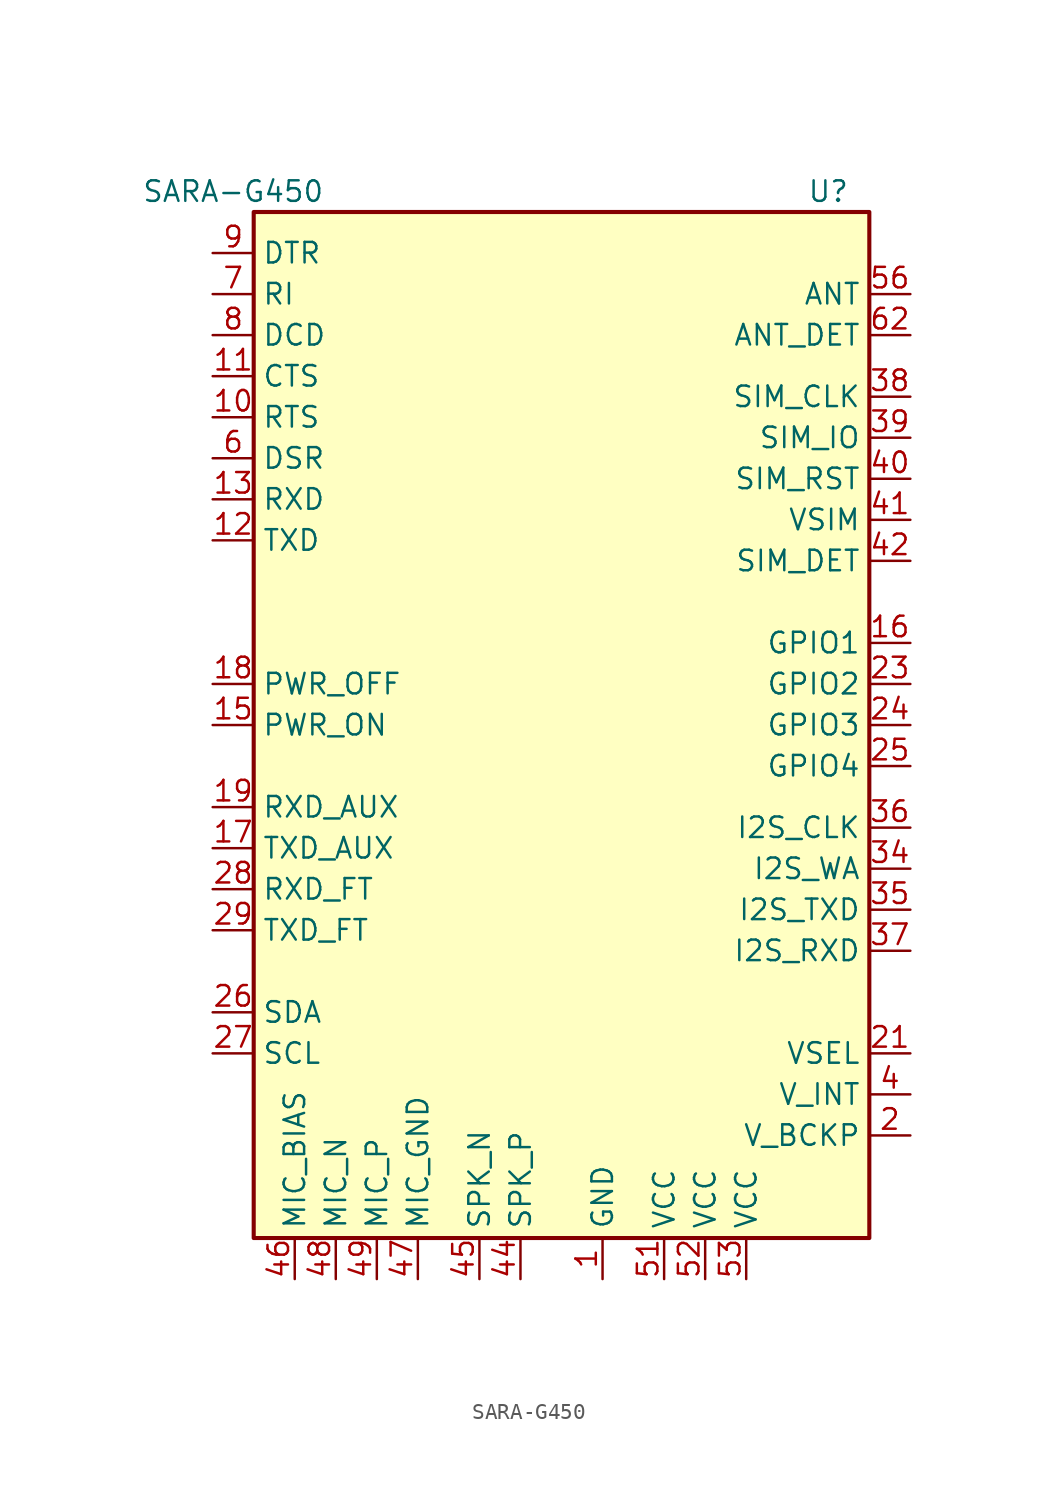
<source format=kicad_sym>
(kicad_symbol_lib
  (version 20201005)
  (generator kicad_symbol_editor)
  (symbol "muonpi-kicad-library:SARA-G450"
    (property "Reference" "U"
      (at 17.78 30.48 0)
      (effects (font (size 1.27 1.27))))
    (property "Value" "SARA-G450"
      (at -19.05 30.48 0)
      (effects (font (size 1.27 1.27))))
    (symbol "SARA-G450_0_1"
      (rectangle (start -17.78 29.21) (end 20.32 -34.29) (stroke (width 0.254)) (fill (type background))))
    (symbol "SARA-G450_1_1"
      (pin passive line (at 3.81 -36.83 90) (length 2.54) (name "GND" (effects (font (size 1.27 1.27)))) (number "1" (effects (font (size 1.27 1.27)))))
      (pin input line (at -20.32 16.51 0) (length 2.54) (name "RTS" (effects (font (size 1.27 1.27)))) (number "10" (effects (font (size 1.27 1.27)))))
      (pin output line (at -20.32 19.05 0) (length 2.54) (name "CTS" (effects (font (size 1.27 1.27)))) (number "11" (effects (font (size 1.27 1.27)))))
      (pin input line (at -20.32 8.89 0) (length 2.54) (name "TXD" (effects (font (size 1.27 1.27)))) (number "12" (effects (font (size 1.27 1.27)))))
      (pin output line (at -20.32 11.43 0) (length 2.54) (name "RXD" (effects (font (size 1.27 1.27)))) (number "13" (effects (font (size 1.27 1.27)))))
      (pin passive line (at 3.81 -36.83 90) (length 2.54) hide (name "GND" (effects (font (size 1.27 1.27)))) (number "14" (effects (font (size 1.27 1.27)))))
      (pin input line (at -20.32 -2.54 0) (length 2.54) (name "PWR_ON" (effects (font (size 1.27 1.27)))) (number "15" (effects (font (size 1.27 1.27)))))
      (pin bidirectional line (at 22.86 2.54 180) (length 2.54) (name "GPIO1" (effects (font (size 1.27 1.27)))) (number "16" (effects (font (size 1.27 1.27)))))
      (pin input line (at -20.32 -10.16 0) (length 2.54) (name "TXD_AUX" (effects (font (size 1.27 1.27)))) (number "17" (effects (font (size 1.27 1.27)))))
      (pin input line (at -20.32 0 0) (length 2.54) (name "PWR_OFF" (effects (font (size 1.27 1.27)))) (number "18" (effects (font (size 1.27 1.27)))))
      (pin output line (at -20.32 -7.62 0) (length 2.54) (name "RXD_AUX" (effects (font (size 1.27 1.27)))) (number "19" (effects (font (size 1.27 1.27)))))
      (pin power_out line (at 22.86 -27.94 180) (length 2.54) (name "V_BCKP" (effects (font (size 1.27 1.27)))) (number "2" (effects (font (size 1.27 1.27)))))
      (pin passive line (at 3.81 -36.83 90) (length 2.54) hide (name "GND" (effects (font (size 1.27 1.27)))) (number "20" (effects (font (size 1.27 1.27)))))
      (pin input line (at 22.86 -22.86 180) (length 2.54) (name "VSEL" (effects (font (size 1.27 1.27)))) (number "21" (effects (font (size 1.27 1.27)))))
      (pin passive line (at 3.81 -36.83 90) (length 2.54) hide (name "GND" (effects (font (size 1.27 1.27)))) (number "22" (effects (font (size 1.27 1.27)))))
      (pin bidirectional line (at 22.86 0 180) (length 2.54) (name "GPIO2" (effects (font (size 1.27 1.27)))) (number "23" (effects (font (size 1.27 1.27)))))
      (pin bidirectional line (at 22.86 -2.54 180) (length 2.54) (name "GPIO3" (effects (font (size 1.27 1.27)))) (number "24" (effects (font (size 1.27 1.27)))))
      (pin bidirectional line (at 22.86 -5.08 180) (length 2.54) (name "GPIO4" (effects (font (size 1.27 1.27)))) (number "25" (effects (font (size 1.27 1.27)))))
      (pin bidirectional line (at -20.32 -20.32 0) (length 2.54) (name "SDA" (effects (font (size 1.27 1.27)))) (number "26" (effects (font (size 1.27 1.27)))))
      (pin output line (at -20.32 -22.86 0) (length 2.54) (name "SCL" (effects (font (size 1.27 1.27)))) (number "27" (effects (font (size 1.27 1.27)))))
      (pin output line (at -20.32 -12.7 0) (length 2.54) (name "RXD_FT" (effects (font (size 1.27 1.27)))) (number "28" (effects (font (size 1.27 1.27)))))
      (pin input line (at -20.32 -15.24 0) (length 2.54) (name "TXD_FT" (effects (font (size 1.27 1.27)))) (number "29" (effects (font (size 1.27 1.27)))))
      (pin passive line (at 3.81 -36.83 90) (length 2.54) hide (name "GND" (effects (font (size 1.27 1.27)))) (number "3" (effects (font (size 1.27 1.27)))))
      (pin passive line (at 3.81 -36.83 90) (length 2.54) hide (name "GND" (effects (font (size 1.27 1.27)))) (number "30" (effects (font (size 1.27 1.27)))))
      (pin no_connect line (at -17.78 5.08 0) (length 2.54) hide (name "RSVD" (effects (font (size 1.27 1.27)))) (number "31" (effects (font (size 1.27 1.27)))))
      (pin passive line (at 3.81 -36.83 90) (length 2.54) hide (name "GND" (effects (font (size 1.27 1.27)))) (number "32" (effects (font (size 1.27 1.27)))))
      (pin no_connect line (at -17.78 2.54 0) (length 2.54) hide (name "RSVD" (effects (font (size 1.27 1.27)))) (number "33" (effects (font (size 1.27 1.27)))))
      (pin output line (at 22.86 -11.43 180) (length 2.54) (name "I2S_WA" (effects (font (size 1.27 1.27)))) (number "34" (effects (font (size 1.27 1.27)))))
      (pin output line (at 22.86 -13.97 180) (length 2.54) (name "I2S_TXD" (effects (font (size 1.27 1.27)))) (number "35" (effects (font (size 1.27 1.27)))))
      (pin output line (at 22.86 -8.89 180) (length 2.54) (name "I2S_CLK" (effects (font (size 1.27 1.27)))) (number "36" (effects (font (size 1.27 1.27)))))
      (pin input line (at 22.86 -16.51 180) (length 2.54) (name "I2S_RXD" (effects (font (size 1.27 1.27)))) (number "37" (effects (font (size 1.27 1.27)))))
      (pin output line (at 22.86 17.78 180) (length 2.54) (name "SIM_CLK" (effects (font (size 1.27 1.27)))) (number "38" (effects (font (size 1.27 1.27)))))
      (pin bidirectional line (at 22.86 15.24 180) (length 2.54) (name "SIM_IO" (effects (font (size 1.27 1.27)))) (number "39" (effects (font (size 1.27 1.27)))))
      (pin power_out line (at 22.86 -25.4 180) (length 2.54) (name "V_INT" (effects (font (size 1.27 1.27)))) (number "4" (effects (font (size 1.27 1.27)))))
      (pin output line (at 22.86 12.7 180) (length 2.54) (name "SIM_RST" (effects (font (size 1.27 1.27)))) (number "40" (effects (font (size 1.27 1.27)))))
      (pin power_out line (at 22.86 10.16 180) (length 2.54) (name "VSIM" (effects (font (size 1.27 1.27)))) (number "41" (effects (font (size 1.27 1.27)))))
      (pin input line (at 22.86 7.62 180) (length 2.54) (name "SIM_DET" (effects (font (size 1.27 1.27)))) (number "42" (effects (font (size 1.27 1.27)))))
      (pin passive line (at 3.81 -36.83 90) (length 2.54) hide (name "GND" (effects (font (size 1.27 1.27)))) (number "43" (effects (font (size 1.27 1.27)))))
      (pin output line (at -1.27 -36.83 90) (length 2.54) (name "SPK_P" (effects (font (size 1.27 1.27)))) (number "44" (effects (font (size 1.27 1.27)))))
      (pin output line (at -3.81 -36.83 90) (length 2.54) (name "SPK_N" (effects (font (size 1.27 1.27)))) (number "45" (effects (font (size 1.27 1.27)))))
      (pin output line (at -15.24 -36.83 90) (length 2.54) (name "MIC_BIAS" (effects (font (size 1.27 1.27)))) (number "46" (effects (font (size 1.27 1.27)))))
      (pin input line (at -7.62 -36.83 90) (length 2.54) (name "MIC_GND" (effects (font (size 1.27 1.27)))) (number "47" (effects (font (size 1.27 1.27)))))
      (pin input line (at -12.7 -36.83 90) (length 2.54) (name "MIC_N" (effects (font (size 1.27 1.27)))) (number "48" (effects (font (size 1.27 1.27)))))
      (pin input line (at -10.16 -36.83 90) (length 2.54) (name "MIC_P" (effects (font (size 1.27 1.27)))) (number "49" (effects (font (size 1.27 1.27)))))
      (pin passive line (at 3.81 -36.83 90) (length 2.54) hide (name "GND" (effects (font (size 1.27 1.27)))) (number "5" (effects (font (size 1.27 1.27)))))
      (pin passive line (at 3.81 -36.83 90) (length 2.54) hide (name "GND" (effects (font (size 1.27 1.27)))) (number "50" (effects (font (size 1.27 1.27)))))
      (pin power_in line (at 7.62 -36.83 90) (length 2.54) (name "VCC" (effects (font (size 1.27 1.27)))) (number "51" (effects (font (size 1.27 1.27)))))
      (pin power_in line (at 10.16 -36.83 90) (length 2.54) (name "VCC" (effects (font (size 1.27 1.27)))) (number "52" (effects (font (size 1.27 1.27)))))
      (pin power_in line (at 12.7 -36.83 90) (length 2.54) (name "VCC" (effects (font (size 1.27 1.27)))) (number "53" (effects (font (size 1.27 1.27)))))
      (pin passive line (at 3.81 -36.83 90) (length 2.54) hide (name "GND" (effects (font (size 1.27 1.27)))) (number "54" (effects (font (size 1.27 1.27)))))
      (pin passive line (at 3.81 -36.83 90) (length 2.54) hide (name "GND" (effects (font (size 1.27 1.27)))) (number "55" (effects (font (size 1.27 1.27)))))
      (pin bidirectional line (at 22.86 24.13 180) (length 2.54) (name "ANT" (effects (font (size 1.27 1.27)))) (number "56" (effects (font (size 1.27 1.27)))))
      (pin passive line (at 3.81 -36.83 90) (length 2.54) hide (name "GND" (effects (font (size 1.27 1.27)))) (number "57" (effects (font (size 1.27 1.27)))))
      (pin passive line (at 3.81 -36.83 90) (length 2.54) hide (name "GND" (effects (font (size 1.27 1.27)))) (number "58" (effects (font (size 1.27 1.27)))))
      (pin passive line (at 3.81 -36.83 90) (length 2.54) hide (name "GND" (effects (font (size 1.27 1.27)))) (number "59" (effects (font (size 1.27 1.27)))))
      (pin output line (at -20.32 13.97 0) (length 2.54) (name "DSR" (effects (font (size 1.27 1.27)))) (number "6" (effects (font (size 1.27 1.27)))))
      (pin passive line (at 3.81 -36.83 90) (length 2.54) hide (name "GND" (effects (font (size 1.27 1.27)))) (number "60" (effects (font (size 1.27 1.27)))))
      (pin passive line (at 3.81 -36.83 90) (length 2.54) hide (name "GND" (effects (font (size 1.27 1.27)))) (number "61" (effects (font (size 1.27 1.27)))))
      (pin input line (at 22.86 21.59 180) (length 2.54) (name "ANT_DET" (effects (font (size 1.27 1.27)))) (number "62" (effects (font (size 1.27 1.27)))))
      (pin passive line (at 3.81 -36.83 90) (length 2.54) hide (name "GND" (effects (font (size 1.27 1.27)))) (number "63" (effects (font (size 1.27 1.27)))))
      (pin passive line (at 3.81 -36.83 90) (length 2.54) hide (name "GND" (effects (font (size 1.27 1.27)))) (number "64" (effects (font (size 1.27 1.27)))))
      (pin passive line (at 3.81 -36.83 90) (length 2.54) hide (name "GND" (effects (font (size 1.27 1.27)))) (number "65" (effects (font (size 1.27 1.27)))))
      (pin passive line (at 3.81 -36.83 90) (length 2.54) hide (name "GND" (effects (font (size 1.27 1.27)))) (number "66" (effects (font (size 1.27 1.27)))))
      (pin passive line (at 3.81 -36.83 90) (length 2.54) hide (name "GND" (effects (font (size 1.27 1.27)))) (number "67" (effects (font (size 1.27 1.27)))))
      (pin passive line (at 3.81 -36.83 90) (length 2.54) hide (name "GND" (effects (font (size 1.27 1.27)))) (number "68" (effects (font (size 1.27 1.27)))))
      (pin passive line (at 3.81 -36.83 90) (length 2.54) hide (name "GND" (effects (font (size 1.27 1.27)))) (number "69" (effects (font (size 1.27 1.27)))))
      (pin output line (at -20.32 24.13 0) (length 2.54) (name "RI" (effects (font (size 1.27 1.27)))) (number "7" (effects (font (size 1.27 1.27)))))
      (pin passive line (at 3.81 -36.83 90) (length 2.54) hide (name "GND" (effects (font (size 1.27 1.27)))) (number "70" (effects (font (size 1.27 1.27)))))
      (pin passive line (at 3.81 -36.83 90) (length 2.54) hide (name "GND" (effects (font (size 1.27 1.27)))) (number "71" (effects (font (size 1.27 1.27)))))
      (pin passive line (at 3.81 -36.83 90) (length 2.54) hide (name "GND" (effects (font (size 1.27 1.27)))) (number "72" (effects (font (size 1.27 1.27)))))
      (pin passive line (at 3.81 -36.83 90) (length 2.54) hide (name "GND" (effects (font (size 1.27 1.27)))) (number "73" (effects (font (size 1.27 1.27)))))
      (pin passive line (at 3.81 -36.83 90) (length 2.54) hide (name "GND" (effects (font (size 1.27 1.27)))) (number "74" (effects (font (size 1.27 1.27)))))
      (pin passive line (at 3.81 -36.83 90) (length 2.54) hide (name "GND" (effects (font (size 1.27 1.27)))) (number "75" (effects (font (size 1.27 1.27)))))
      (pin passive line (at 3.81 -36.83 90) (length 2.54) hide (name "GND" (effects (font (size 1.27 1.27)))) (number "76" (effects (font (size 1.27 1.27)))))
      (pin passive line (at 3.81 -36.83 90) (length 2.54) hide (name "GND" (effects (font (size 1.27 1.27)))) (number "77" (effects (font (size 1.27 1.27)))))
      (pin passive line (at 3.81 -36.83 90) (length 2.54) hide (name "GND" (effects (font (size 1.27 1.27)))) (number "78" (effects (font (size 1.27 1.27)))))
      (pin passive line (at 3.81 -36.83 90) (length 2.54) hide (name "GND" (effects (font (size 1.27 1.27)))) (number "79" (effects (font (size 1.27 1.27)))))
      (pin output line (at -20.32 21.59 0) (length 2.54) (name "DCD" (effects (font (size 1.27 1.27)))) (number "8" (effects (font (size 1.27 1.27)))))
      (pin passive line (at 3.81 -36.83 90) (length 2.54) hide (name "GND" (effects (font (size 1.27 1.27)))) (number "80" (effects (font (size 1.27 1.27)))))
      (pin passive line (at 3.81 -36.83 90) (length 2.54) hide (name "GND" (effects (font (size 1.27 1.27)))) (number "81" (effects (font (size 1.27 1.27)))))
      (pin passive line (at 3.81 -36.83 90) (length 2.54) hide (name "GND" (effects (font (size 1.27 1.27)))) (number "82" (effects (font (size 1.27 1.27)))))
      (pin passive line (at 3.81 -36.83 90) (length 2.54) hide (name "GND" (effects (font (size 1.27 1.27)))) (number "83" (effects (font (size 1.27 1.27)))))
      (pin passive line (at 3.81 -36.83 90) (length 2.54) hide (name "GND" (effects (font (size 1.27 1.27)))) (number "84" (effects (font (size 1.27 1.27)))))
      (pin passive line (at 3.81 -36.83 90) (length 2.54) hide (name "GND" (effects (font (size 1.27 1.27)))) (number "85" (effects (font (size 1.27 1.27)))))
      (pin passive line (at 3.81 -36.83 90) (length 2.54) hide (name "GND" (effects (font (size 1.27 1.27)))) (number "86" (effects (font (size 1.27 1.27)))))
      (pin passive line (at 3.81 -36.83 90) (length 2.54) hide (name "GND" (effects (font (size 1.27 1.27)))) (number "87" (effects (font (size 1.27 1.27)))))
      (pin passive line (at 3.81 -36.83 90) (length 2.54) hide (name "GND" (effects (font (size 1.27 1.27)))) (number "88" (effects (font (size 1.27 1.27)))))
      (pin passive line (at 3.81 -36.83 90) (length 2.54) hide (name "GND" (effects (font (size 1.27 1.27)))) (number "89" (effects (font (size 1.27 1.27)))))
      (pin input line (at -20.32 26.67 0) (length 2.54) (name "DTR" (effects (font (size 1.27 1.27)))) (number "9" (effects (font (size 1.27 1.27)))))
      (pin passive line (at 3.81 -36.83 90) (length 2.54) hide (name "GND" (effects (font (size 1.27 1.27)))) (number "90" (effects (font (size 1.27 1.27)))))
      (pin passive line (at 3.81 -36.83 90) (length 2.54) hide (name "GND" (effects (font (size 1.27 1.27)))) (number "91" (effects (font (size 1.27 1.27)))))
      (pin passive line (at 3.81 -36.83 90) (length 2.54) hide (name "GND" (effects (font (size 1.27 1.27)))) (number "92" (effects (font (size 1.27 1.27)))))
      (pin passive line (at 3.81 -36.83 90) (length 2.54) hide (name "GND" (effects (font (size 1.27 1.27)))) (number "93" (effects (font (size 1.27 1.27)))))
      (pin passive line (at 3.81 -36.83 90) (length 2.54) hide (name "GND" (effects (font (size 1.27 1.27)))) (number "94" (effects (font (size 1.27 1.27)))))
      (pin passive line (at 3.81 -36.83 90) (length 2.54) hide (name "GND" (effects (font (size 1.27 1.27)))) (number "95" (effects (font (size 1.27 1.27)))))
      (pin passive line (at 3.81 -36.83 90) (length 2.54) hide (name "GND" (effects (font (size 1.27 1.27)))) (number "96" (effects (font (size 1.27 1.27))))))))
</source>
